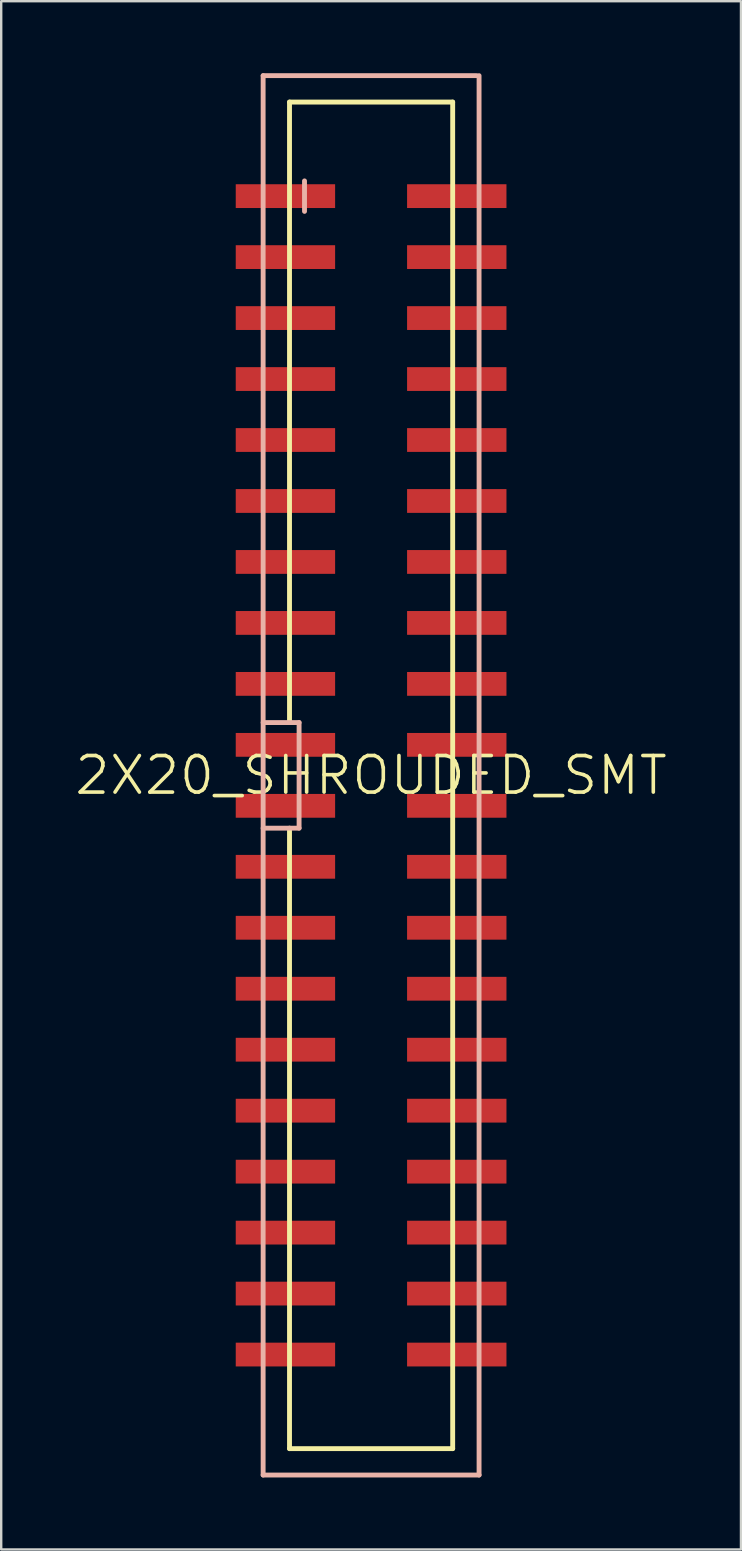
<source format=kicad_pcb>
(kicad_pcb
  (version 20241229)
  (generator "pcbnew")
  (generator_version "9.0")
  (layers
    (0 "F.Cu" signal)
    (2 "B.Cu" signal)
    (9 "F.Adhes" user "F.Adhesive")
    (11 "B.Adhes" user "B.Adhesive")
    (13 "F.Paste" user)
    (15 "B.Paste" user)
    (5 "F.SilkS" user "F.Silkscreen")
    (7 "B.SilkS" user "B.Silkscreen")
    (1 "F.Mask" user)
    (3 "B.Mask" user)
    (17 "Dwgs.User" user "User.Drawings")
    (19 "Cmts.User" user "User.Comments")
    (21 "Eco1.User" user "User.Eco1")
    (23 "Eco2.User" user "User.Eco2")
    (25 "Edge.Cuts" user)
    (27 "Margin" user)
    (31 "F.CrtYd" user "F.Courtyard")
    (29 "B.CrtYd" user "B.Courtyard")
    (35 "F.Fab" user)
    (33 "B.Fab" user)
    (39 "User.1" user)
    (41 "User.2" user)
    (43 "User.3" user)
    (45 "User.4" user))
  (footprint "2X20_SHROUDED_SMT"
    (layer "F.Cu")
    (at 12.41 29.251)
    (property "Reference" "2X20_SHROUDED_SMT" (at 0 0 0) (layer "F.SilkS") (effects (font (size 1.524 1.524) (thickness 0.15))))
    (attr smd)
    (fp_line (start -3.399 -28.049) (end -3.399 -2.2) (stroke (width 0.203) (type solid)) (layer "F.SilkS"))
    (fp_line (start -3.399 -28.049) (end 3.399 -28.049) (stroke (width 0.203) (type solid)) (layer "F.SilkS"))
    (fp_line (start -3.399 28.049) (end -3.399 2.2) (stroke (width 0.203) (type solid)) (layer "F.SilkS"))
    (fp_line (start -3.399 28.049) (end 3.399 28.049) (stroke (width 0.203) (type solid)) (layer "F.SilkS"))
    (fp_line (start 3.399 -28.049) (end 3.399 28.049) (stroke (width 0.203) (type solid)) (layer "F.SilkS"))
    (fp_line (start -4.498 -29.149) (end 4.399 -29.149) (stroke (width 0.203) (type solid)) (layer "B.SilkS"))
    (fp_line (start -4.498 -2.2) (end -3 -2.2) (stroke (width 0.203) (type solid)) (layer "B.SilkS"))
    (fp_line (start -4.498 29.149) (end -4.498 -29.149) (stroke (width 0.203) (type solid)) (layer "B.SilkS"))
    (fp_line (start -3 -2.2) (end -3 2.2) (stroke (width 0.203) (type solid)) (layer "B.SilkS"))
    (fp_line (start -3 2.2) (end -4.498 2.2) (stroke (width 0.203) (type solid)) (layer "B.SilkS"))
    (fp_line (start -2.774 -24.765) (end -2.774 -23.495) (stroke (width 0.203) (type solid)) (layer "B.SilkS"))
    (fp_line (start 4.498 -29.149) (end 4.498 29.149) (stroke (width 0.203) (type solid)) (layer "B.SilkS"))
    (fp_line (start 4.498 29.149) (end -4.498 29.149) (stroke (width 0.203) (type solid)) (layer "B.SilkS"))
    (pad "1" smd rect (at -3.569 -24.13) (size 4.14 0.991) (layers "F.Cu" "F.Mask" "F.Paste"))
    (pad "2" smd rect (at 3.569 -24.13) (size 4.14 0.991) (layers "F.Cu" "F.Mask" "F.Paste"))
    (pad "3" smd rect (at -3.569 -21.59) (size 4.14 0.991) (layers "F.Cu" "F.Mask" "F.Paste"))
    (pad "4" smd rect (at 3.569 -21.59) (size 4.14 0.991) (layers "F.Cu" "F.Mask" "F.Paste"))
    (pad "5" smd rect (at -3.569 -19.05) (size 4.14 0.991) (layers "F.Cu" "F.Mask" "F.Paste"))
    (pad "6" smd rect (at 3.569 -19.05) (size 4.14 0.991) (layers "F.Cu" "F.Mask" "F.Paste"))
    (pad "7" smd rect (at -3.569 -16.51) (size 4.14 0.991) (layers "F.Cu" "F.Mask" "F.Paste"))
    (pad "8" smd rect (at 3.569 -16.51) (size 4.14 0.991) (layers "F.Cu" "F.Mask" "F.Paste"))
    (pad "9" smd rect (at -3.569 -13.97) (size 4.14 0.991) (layers "F.Cu" "F.Mask" "F.Paste"))
    (pad "10" smd rect (at 3.569 -13.97) (size 4.14 0.991) (layers "F.Cu" "F.Mask" "F.Paste"))
    (pad "11" smd rect (at -3.569 -11.43) (size 4.14 0.991) (layers "F.Cu" "F.Mask" "F.Paste"))
    (pad "12" smd rect (at 3.569 -11.43) (size 4.14 0.991) (layers "F.Cu" "F.Mask" "F.Paste"))
    (pad "13" smd rect (at -3.569 -8.89) (size 4.14 0.991) (layers "F.Cu" "F.Mask" "F.Paste"))
    (pad "14" smd rect (at 3.569 -8.89) (size 4.14 0.991) (layers "F.Cu" "F.Mask" "F.Paste"))
    (pad "15" smd rect (at -3.569 -6.35) (size 4.14 0.991) (layers "F.Cu" "F.Mask" "F.Paste"))
    (pad "16" smd rect (at 3.569 -6.35) (size 4.14 0.991) (layers "F.Cu" "F.Mask" "F.Paste"))
    (pad "17" smd rect (at -3.569 -3.81) (size 4.14 0.991) (layers "F.Cu" "F.Mask" "F.Paste"))
    (pad "18" smd rect (at 3.569 -3.81) (size 4.14 0.991) (layers "F.Cu" "F.Mask" "F.Paste"))
    (pad "19" smd rect (at -3.569 -1.27) (size 4.14 0.991) (layers "F.Cu" "F.Mask" "F.Paste"))
    (pad "20" smd rect (at 3.569 -1.27) (size 4.14 0.991) (layers "F.Cu" "F.Mask" "F.Paste"))
    (pad "21" smd rect (at -3.569 1.27) (size 4.14 0.991) (layers "F.Cu" "F.Mask" "F.Paste"))
    (pad "22" smd rect (at 3.569 1.27) (size 4.14 0.991) (layers "F.Cu" "F.Mask" "F.Paste"))
    (pad "23" smd rect (at -3.569 3.81) (size 4.14 0.991) (layers "F.Cu" "F.Mask" "F.Paste"))
    (pad "24" smd rect (at 3.569 3.81) (size 4.14 0.991) (layers "F.Cu" "F.Mask" "F.Paste"))
    (pad "25" smd rect (at -3.569 6.35) (size 4.14 0.991) (layers "F.Cu" "F.Mask" "F.Paste"))
    (pad "26" smd rect (at 3.569 6.35) (size 4.14 0.991) (layers "F.Cu" "F.Mask" "F.Paste"))
    (pad "27" smd rect (at -3.569 8.89) (size 4.14 0.991) (layers "F.Cu" "F.Mask" "F.Paste"))
    (pad "28" smd rect (at 3.569 8.89) (size 4.14 0.991) (layers "F.Cu" "F.Mask" "F.Paste"))
    (pad "29" smd rect (at -3.569 11.43) (size 4.14 0.991) (layers "F.Cu" "F.Mask" "F.Paste"))
    (pad "30" smd rect (at 3.569 11.43) (size 4.14 0.991) (layers "F.Cu" "F.Mask" "F.Paste"))
    (pad "31" smd rect (at -3.569 13.97) (size 4.14 0.991) (layers "F.Cu" "F.Mask" "F.Paste"))
    (pad "32" smd rect (at 3.569 13.97) (size 4.14 0.991) (layers "F.Cu" "F.Mask" "F.Paste"))
    (pad "33" smd rect (at -3.569 16.51) (size 4.14 0.991) (layers "F.Cu" "F.Mask" "F.Paste"))
    (pad "34" smd rect (at 3.569 16.51) (size 4.14 0.991) (layers "F.Cu" "F.Mask" "F.Paste"))
    (pad "35" smd rect (at -3.569 19.05) (size 4.14 0.991) (layers "F.Cu" "F.Mask" "F.Paste"))
    (pad "36" smd rect (at 3.569 19.05) (size 4.14 0.991) (layers "F.Cu" "F.Mask" "F.Paste"))
    (pad "37" smd rect (at -3.569 21.59) (size 4.14 0.991) (layers "F.Cu" "F.Mask" "F.Paste"))
    (pad "38" smd rect (at 3.569 21.59) (size 4.14 0.991) (layers "F.Cu" "F.Mask" "F.Paste"))
    (pad "39" smd rect (at -3.569 24.13) (size 4.14 0.991) (layers "F.Cu" "F.Mask" "F.Paste"))
    (pad "40" smd rect (at 3.569 24.13) (size 4.14 0.991) (layers "F.Cu" "F.Mask" "F.Paste")))
  (gr_rect
    (start -3 -3)
    (end 27.819 61.501)
    (stroke (width 0.1) (type default))
    (fill no)
    (layer "Edge.Cuts")))
</source>
